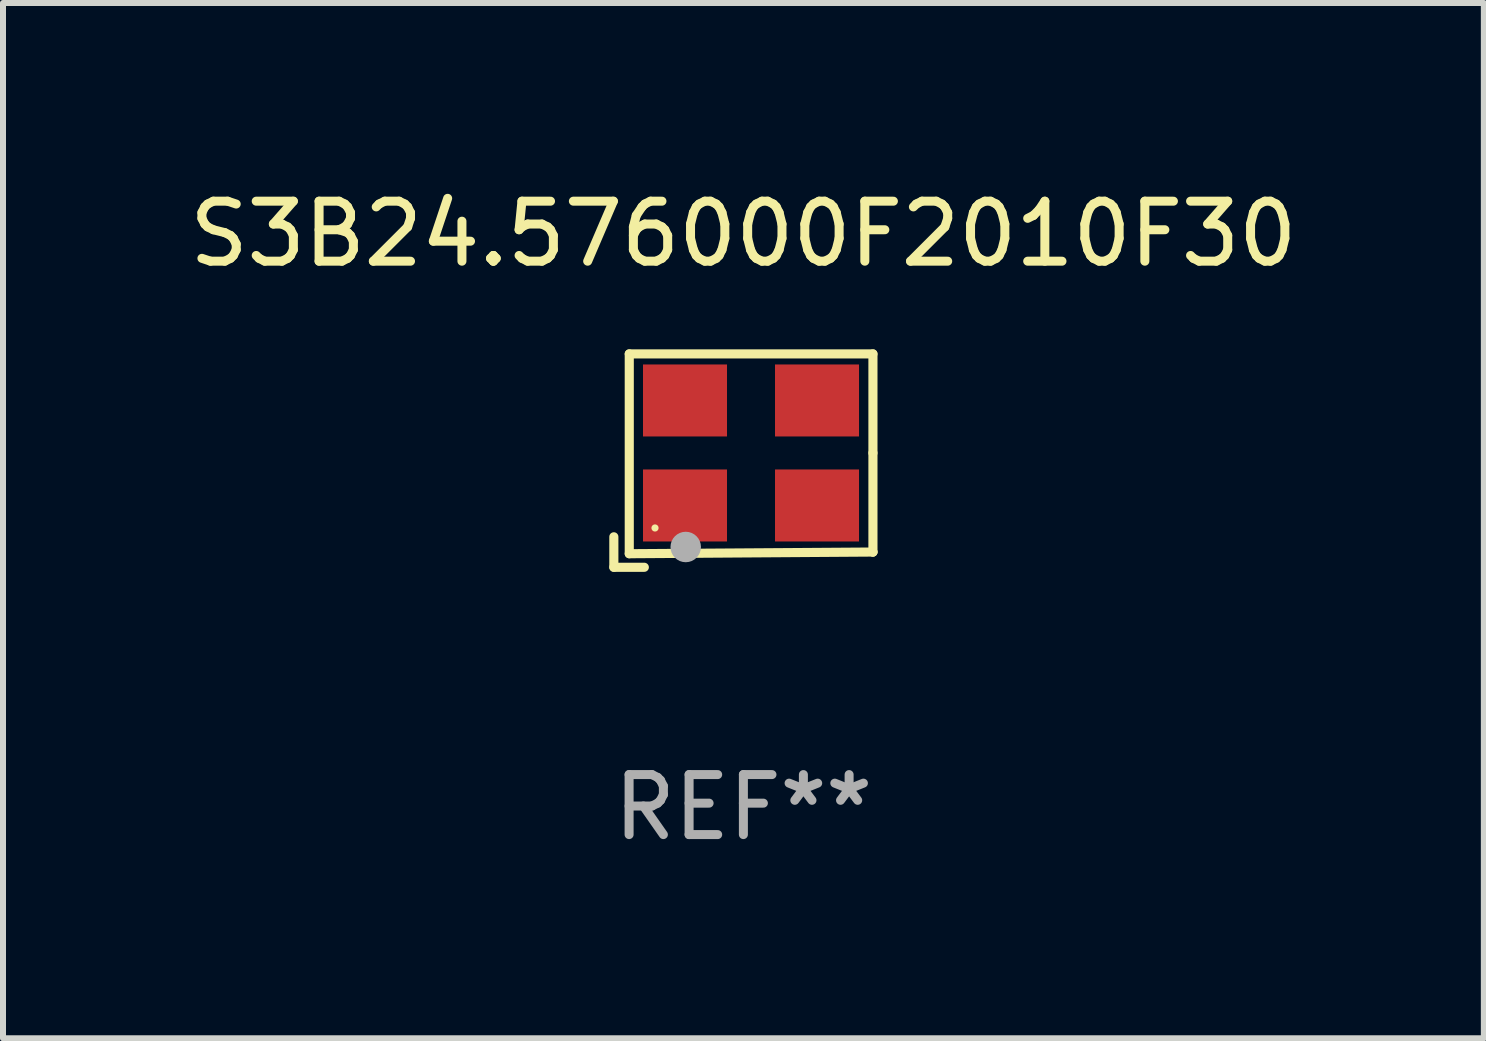
<source format=kicad_pcb>
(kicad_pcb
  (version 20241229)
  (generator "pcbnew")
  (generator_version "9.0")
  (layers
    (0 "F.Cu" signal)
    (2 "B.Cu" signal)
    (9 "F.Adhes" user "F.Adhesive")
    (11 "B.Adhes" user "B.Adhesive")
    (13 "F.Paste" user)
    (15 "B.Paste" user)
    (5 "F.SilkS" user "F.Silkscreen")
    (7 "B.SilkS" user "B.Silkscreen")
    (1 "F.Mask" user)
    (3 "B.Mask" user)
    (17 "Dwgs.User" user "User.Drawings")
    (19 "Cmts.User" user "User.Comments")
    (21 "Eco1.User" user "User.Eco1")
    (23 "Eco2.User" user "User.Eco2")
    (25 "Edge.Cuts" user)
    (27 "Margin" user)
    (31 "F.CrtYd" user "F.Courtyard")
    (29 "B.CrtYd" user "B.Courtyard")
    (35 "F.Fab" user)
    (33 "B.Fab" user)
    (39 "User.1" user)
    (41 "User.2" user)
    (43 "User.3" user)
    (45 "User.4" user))
  (footprint "S3B24.576000F2010F30"
    (layer "F.Cu")
    (at 9.339 4.626)
    (property "Reference" "S3B24.576000F2010F30" (at 0 -3.778 0) (layer "F.SilkS") (effects (font (size 1 1) (thickness 0.15))))
    (attr through_hole)
    (fp_line (start -2.159 1.27) (end -2.159 1.778) (stroke (width 0.152) (type solid)) (layer "F.SilkS"))
    (fp_line (start -2.159 1.778) (end -1.651 1.778) (stroke (width 0.152) (type solid)) (layer "F.SilkS"))
    (fp_line (start -1.902 -1.778) (end 2.159 -1.778) (stroke (width 0.152) (type solid)) (layer "F.SilkS"))
    (fp_line (start -1.902 1.552) (end -1.902 -1.778) (stroke (width 0.152) (type solid)) (layer "F.SilkS"))
    (fp_line (start 2.159 -1.778) (end 2.159 -0.127) (stroke (width 0.152) (type solid)) (layer "F.SilkS"))
    (fp_line (start 2.159 -0.127) (end 2.159 1.524) (stroke (width 0.152) (type solid)) (layer "F.SilkS"))
    (fp_line (start 2.159 1.524) (end -1.902 1.552) (stroke (width 0.152) (type solid)) (layer "F.SilkS"))
    (fp_line (start 2.159 1.524) (end 2.159 1.524) (stroke (width 0.152) (type solid)) (layer "F.SilkS"))
    (fp_circle (center -1.473 1.123) (end -1.443 1.123) (stroke (width 0.06) (type solid)) (fill no) (layer "F.SilkS"))
    (fp_circle (center -0.961 1.44) (end -0.834 1.44) (stroke (width 0.254) (type solid)) (fill no) (layer "F.Fab"))
    (fp_text user "REF**" (at 0 5.778 0) (layer "F.Fab") (effects (font (size 1 1) (thickness 0.15))))
    (pad "1" smd rect (at -0.973 0.748) (size 1.4 1.2) (layers "F.Cu" "F.Mask" "F.Paste"))
    (pad "2" smd rect (at 1.227 0.748) (size 1.4 1.2) (layers "F.Cu" "F.Mask" "F.Paste"))
    (pad "3" smd rect (at 1.227 -1.002) (size 1.4 1.2) (layers "F.Cu" "F.Mask" "F.Paste"))
    (pad "4" smd rect (at -0.973 -1.002) (size 1.4 1.2) (layers "F.Cu" "F.Mask" "F.Paste")))
  (gr_rect
    (start -3 -3)
    (end 21.679 14.253)
    (stroke (width 0.1) (type default))
    (fill no)
    (layer "Edge.Cuts")))
</source>
